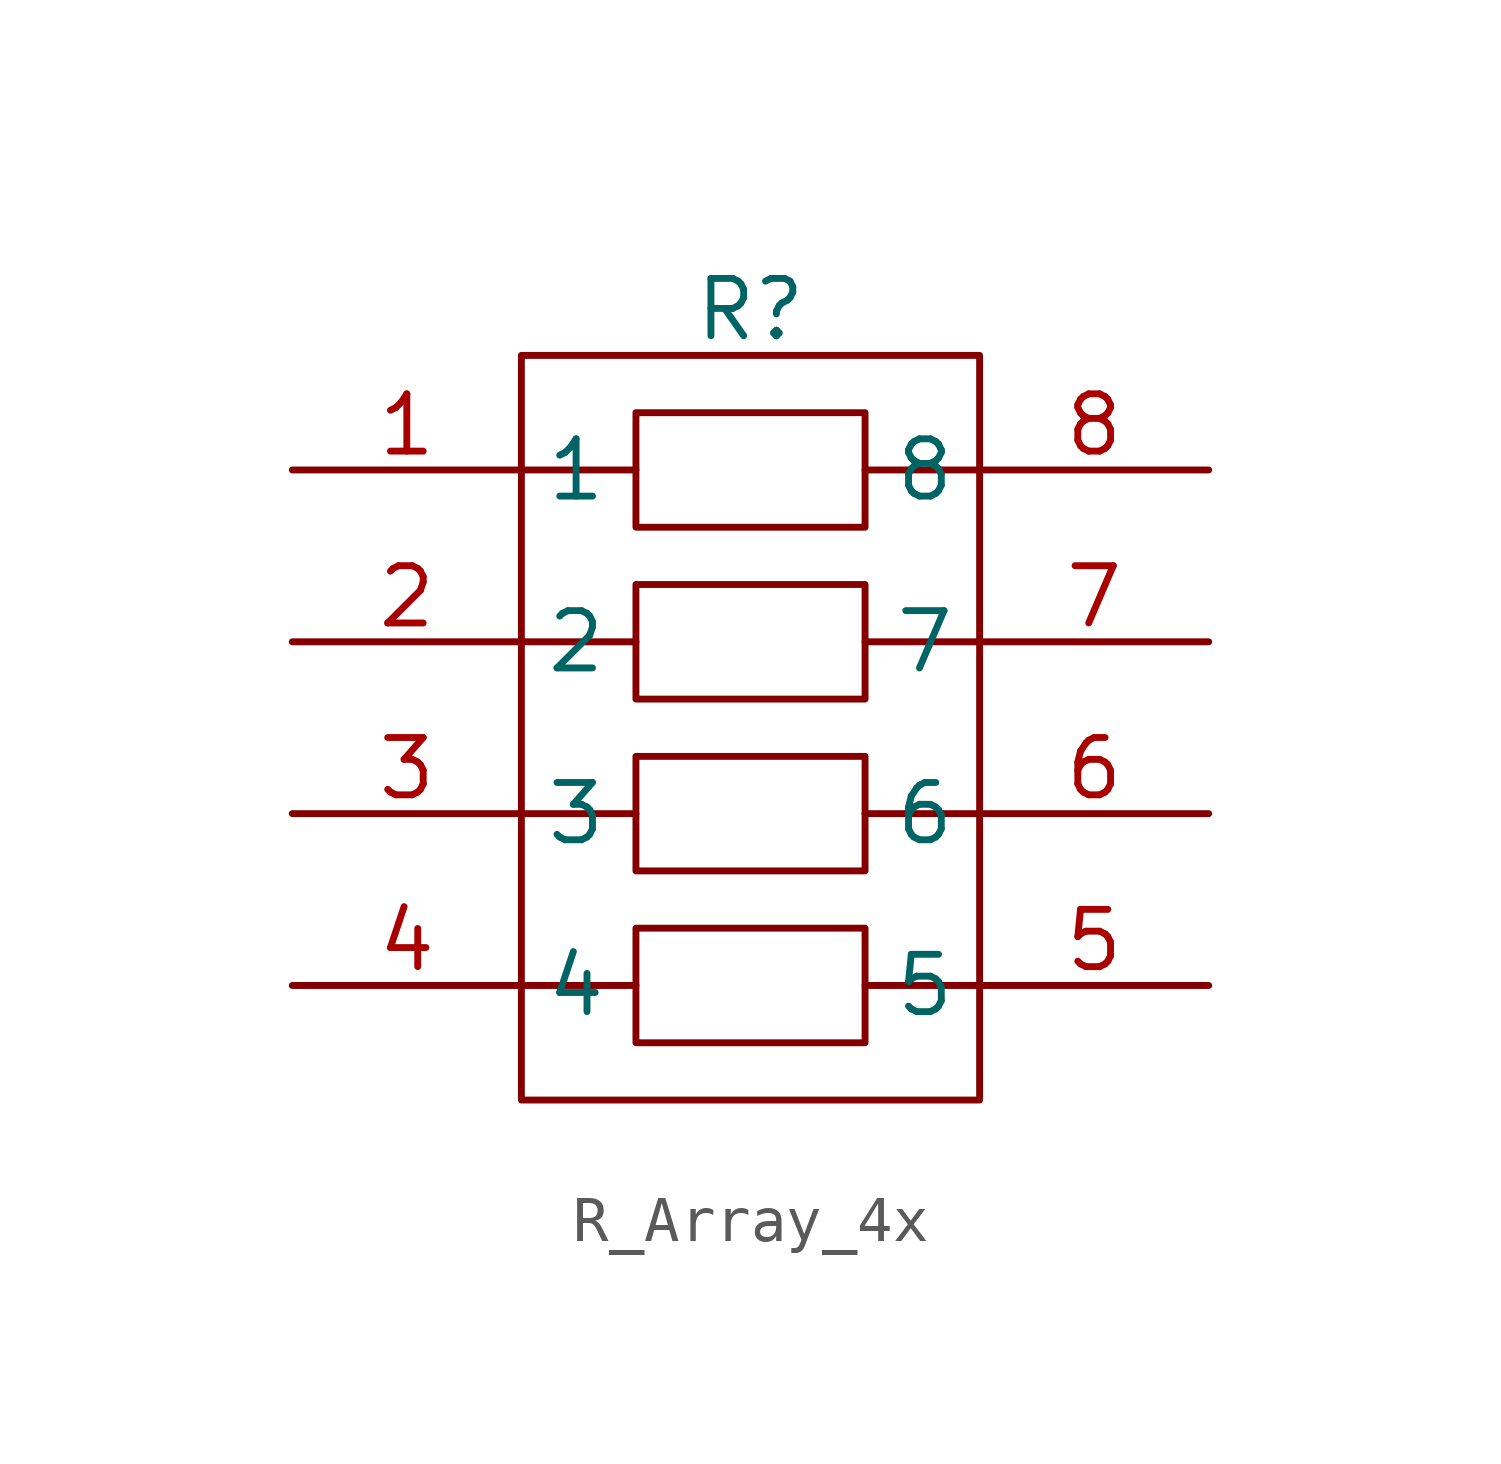
<source format=kicad_sym>
(kicad_symbol_lib
  (version 20231120)
  (generator "kicad_symbol_editor")
  (generator_version "8.0")
  (symbol "R_Array_4x"
    (property "Reference" "R"
      (at 0 8.636 0)
      (effects (font (size 1.27 1.27))))
    (property "Value" ""
      (at 0 1.27 0)
      (effects (font (size 1.27 1.27))))
    (symbol "R_Array_4x_0_1"
      (rectangle (start -5.08 7.62) (end 5.08 -8.89) (stroke (width 0) (type default)) (fill (type none)))
      (rectangle (start -2.54 -5.08) (end 2.54 -7.62) (stroke (width 0) (type default)) (fill (type none)))
      (rectangle (start -2.54 -1.27) (end 2.54 -3.81) (stroke (width 0) (type default)) (fill (type none)))
      (rectangle (start -2.54 2.54) (end 2.54 0) (stroke (width 0) (type default)) (fill (type none)))
      (rectangle (start -2.54 6.35) (end 2.54 3.81) (stroke (width 0) (type default)) (fill (type none)))
      (polyline (pts (xy -2.54 -6.35) (xy -5.08 -6.35)) (stroke (width 0) (type default)) (fill (type none)))
      (polyline (pts (xy -2.54 -2.54) (xy -5.08 -2.54)) (stroke (width 0) (type default)) (fill (type none)))
      (polyline (pts (xy -2.54 1.27) (xy -5.08 1.27)) (stroke (width 0) (type default)) (fill (type none)))
      (polyline (pts (xy -2.54 5.08) (xy -5.08 5.08)) (stroke (width 0) (type default)) (fill (type none)))
      (polyline (pts (xy 2.54 -6.35) (xy 5.08 -6.35)) (stroke (width 0) (type default)) (fill (type none)))
      (polyline (pts (xy 2.54 -2.54) (xy 5.08 -2.54)) (stroke (width 0) (type default)) (fill (type none)))
      (polyline (pts (xy 2.54 1.27) (xy 5.08 1.27)) (stroke (width 0) (type default)) (fill (type none)))
      (polyline (pts (xy 2.54 5.08) (xy 5.08 5.08)) (stroke (width 0) (type default)) (fill (type none))))
    (symbol "R_Array_4x_1_1"
      (pin input line (at -10.16 5.08 0) (length 5.08) (name "1" (effects (font (size 1.27 1.27)))) (number "1" (effects (font (size 1.27 1.27)))))
      (pin input line (at -10.16 1.27 0) (length 5.08) (name "2" (effects (font (size 1.27 1.27)))) (number "2" (effects (font (size 1.27 1.27)))))
      (pin input line (at -10.16 -2.54 0) (length 5.08) (name "3" (effects (font (size 1.27 1.27)))) (number "3" (effects (font (size 1.27 1.27)))))
      (pin input line (at -10.16 -6.35 0) (length 5.08) (name "4" (effects (font (size 1.27 1.27)))) (number "4" (effects (font (size 1.27 1.27)))))
      (pin input line (at 10.16 -6.35 180) (length 5.08) (name "5" (effects (font (size 1.27 1.27)))) (number "5" (effects (font (size 1.27 1.27)))))
      (pin input line (at 10.16 -2.54 180) (length 5.08) (name "6" (effects (font (size 1.27 1.27)))) (number "6" (effects (font (size 1.27 1.27)))))
      (pin input line (at 10.16 1.27 180) (length 5.08) (name "7" (effects (font (size 1.27 1.27)))) (number "7" (effects (font (size 1.27 1.27)))))
      (pin input line (at 10.16 5.08 180) (length 5.08) (name "8" (effects (font (size 1.27 1.27)))) (number "8" (effects (font (size 1.27 1.27))))))))
</source>
